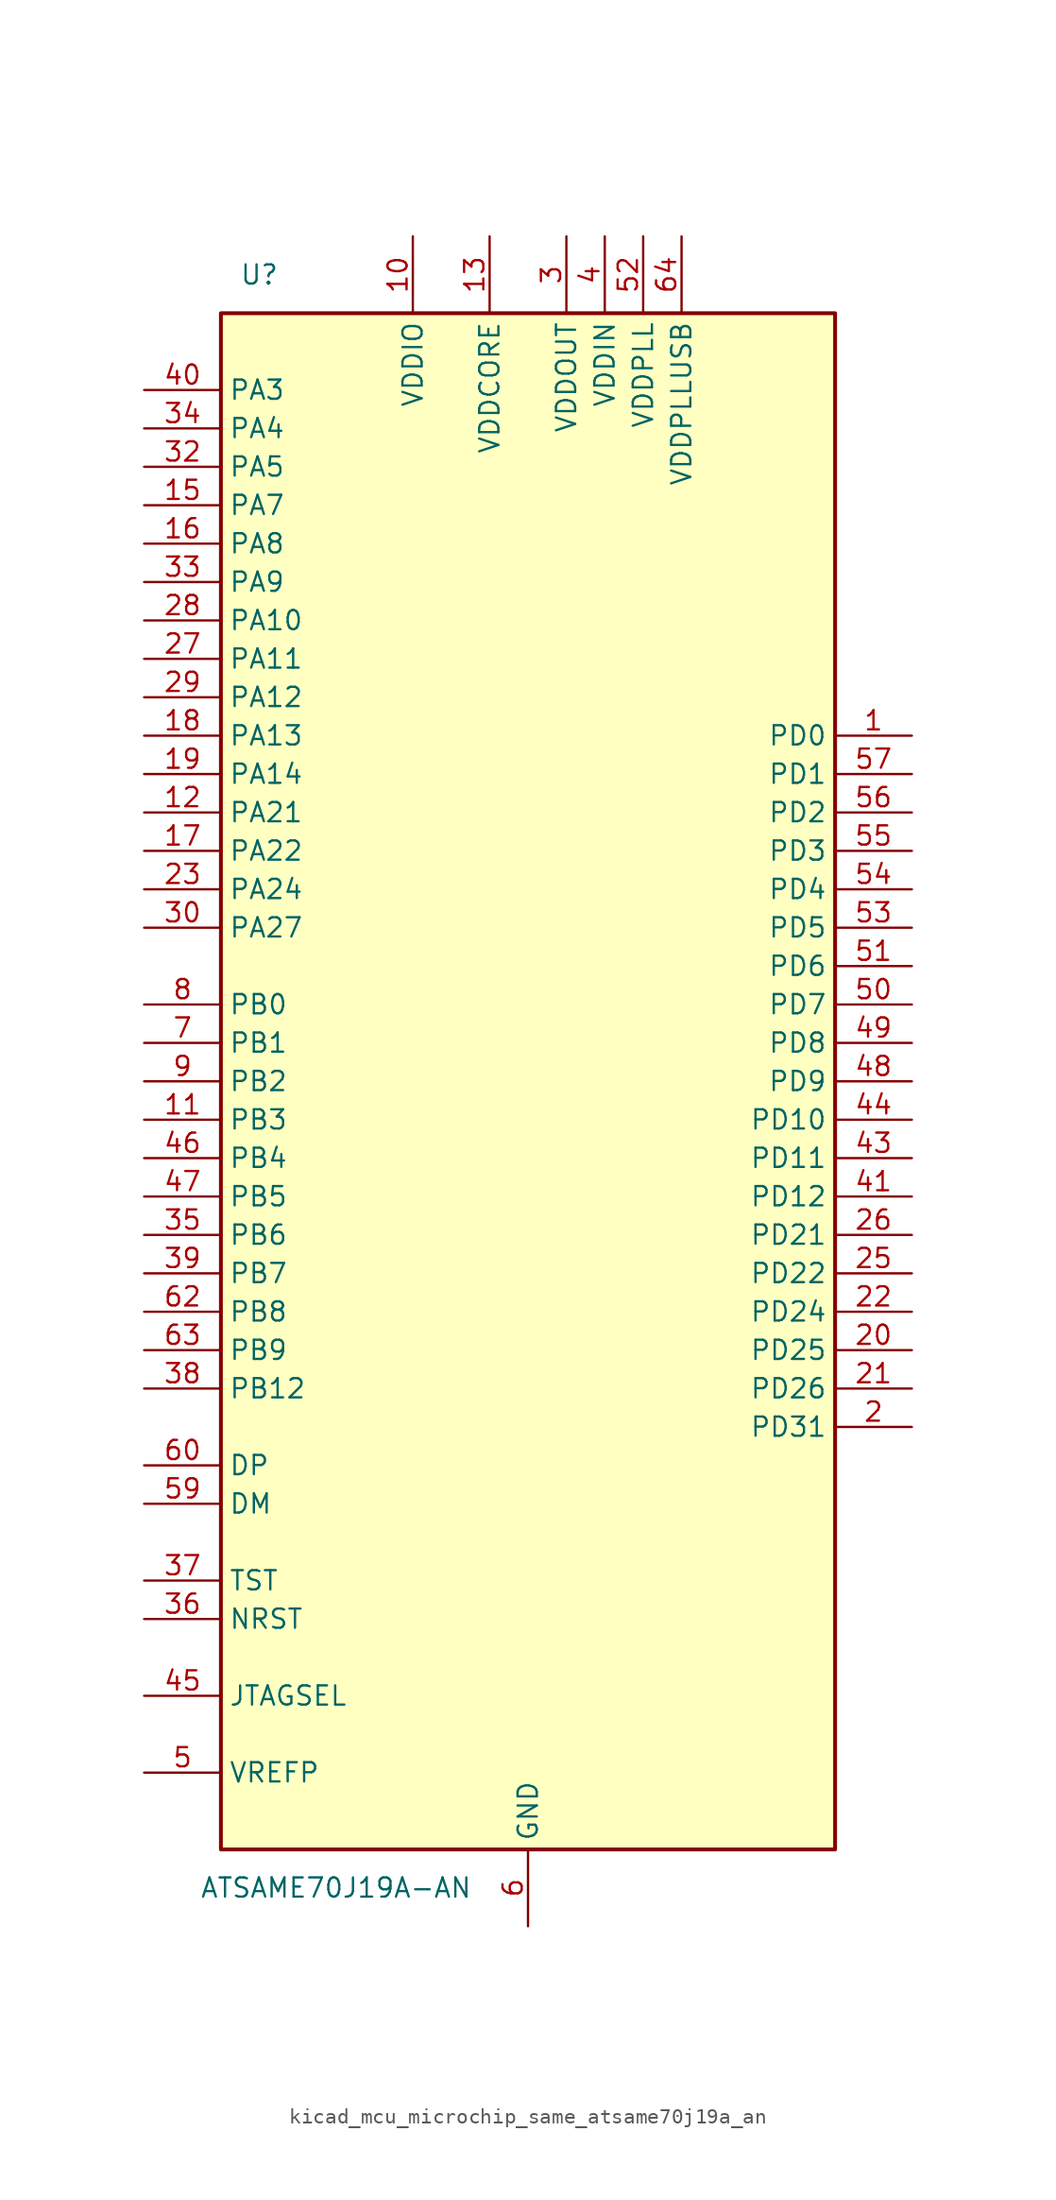
<source format=kicad_sym>
(kicad_symbol_lib
  (version 20220914)
  (generator kicad_symbol_editor)
  (symbol "kicad_mcu_microchip_same_atsame70j19a_an"
    (property "Reference" "U"
      (at -17.78 53.34 0)
      (effects (font (size 1.27 1.27))))
    (property "Value" "ATSAME70J19A-AN"
      (at -12.7 -53.34 0)
      (effects (font (size 1.27 1.27))))
    (symbol "kicad_mcu_microchip_same_atsame70j19a_an_0_1"
      (rectangle (start -20.32 50.8) (end 20.32 -50.8) (stroke (width 0.254) (type default)) (fill (type background))))
    (symbol "kicad_mcu_microchip_same_atsame70j19a_an_1_0"
      (pin power_in line (at 10.16 55.88 270) (length 5.08) (name "VDDPLLUSB" (effects (font (size 1.27 1.27)))) (number "64" (effects (font (size 1.27 1.27))))))
    (symbol "kicad_mcu_microchip_same_atsame70j19a_an_1_1"
      (pin bidirectional line (at 25.4 22.86 180) (length 5.08) (name "PD0" (effects (font (size 1.27 1.27)))) (number "1" (effects (font (size 1.27 1.27)))))
      (pin power_in line (at -7.62 55.88 270) (length 5.08) (name "VDDIO" (effects (font (size 1.27 1.27)))) (number "10" (effects (font (size 1.27 1.27)))))
      (pin bidirectional line (at -25.4 -2.54 0) (length 5.08) (name "PB3" (effects (font (size 1.27 1.27)))) (number "11" (effects (font (size 1.27 1.27)))))
      (pin bidirectional line (at -25.4 17.78 0) (length 5.08) (name "PA21" (effects (font (size 1.27 1.27)))) (number "12" (effects (font (size 1.27 1.27)))))
      (pin power_in line (at -2.54 55.88 270) (length 5.08) (name "VDDCORE" (effects (font (size 1.27 1.27)))) (number "13" (effects (font (size 1.27 1.27)))))
      (pin passive line (at 0 -55.88 90) (length 5.08) hide (name "GND" (effects (font (size 1.27 1.27)))) (number "14" (effects (font (size 1.27 1.27)))))
      (pin bidirectional line (at -25.4 38.1 0) (length 5.08) (name "PA7" (effects (font (size 1.27 1.27)))) (number "15" (effects (font (size 1.27 1.27)))))
      (pin bidirectional line (at -25.4 35.56 0) (length 5.08) (name "PA8" (effects (font (size 1.27 1.27)))) (number "16" (effects (font (size 1.27 1.27)))))
      (pin bidirectional line (at -25.4 15.24 0) (length 5.08) (name "PA22" (effects (font (size 1.27 1.27)))) (number "17" (effects (font (size 1.27 1.27)))))
      (pin bidirectional line (at -25.4 22.86 0) (length 5.08) (name "PA13" (effects (font (size 1.27 1.27)))) (number "18" (effects (font (size 1.27 1.27)))))
      (pin bidirectional line (at -25.4 20.32 0) (length 5.08) (name "PA14" (effects (font (size 1.27 1.27)))) (number "19" (effects (font (size 1.27 1.27)))))
      (pin bidirectional line (at 25.4 -22.86 180) (length 5.08) (name "PD31" (effects (font (size 1.27 1.27)))) (number "2" (effects (font (size 1.27 1.27)))))
      (pin bidirectional line (at 25.4 -17.78 180) (length 5.08) (name "PD25" (effects (font (size 1.27 1.27)))) (number "20" (effects (font (size 1.27 1.27)))))
      (pin bidirectional line (at 25.4 -20.32 180) (length 5.08) (name "PD26" (effects (font (size 1.27 1.27)))) (number "21" (effects (font (size 1.27 1.27)))))
      (pin bidirectional line (at 25.4 -15.24 180) (length 5.08) (name "PD24" (effects (font (size 1.27 1.27)))) (number "22" (effects (font (size 1.27 1.27)))))
      (pin bidirectional line (at -25.4 12.7 0) (length 5.08) (name "PA24" (effects (font (size 1.27 1.27)))) (number "23" (effects (font (size 1.27 1.27)))))
      (pin passive line (at -2.54 55.88 270) (length 5.08) hide (name "VDDCORE" (effects (font (size 1.27 1.27)))) (number "24" (effects (font (size 1.27 1.27)))))
      (pin bidirectional line (at 25.4 -12.7 180) (length 5.08) (name "PD22" (effects (font (size 1.27 1.27)))) (number "25" (effects (font (size 1.27 1.27)))))
      (pin bidirectional line (at 25.4 -10.16 180) (length 5.08) (name "PD21" (effects (font (size 1.27 1.27)))) (number "26" (effects (font (size 1.27 1.27)))))
      (pin bidirectional line (at -25.4 27.94 0) (length 5.08) (name "PA11" (effects (font (size 1.27 1.27)))) (number "27" (effects (font (size 1.27 1.27)))))
      (pin bidirectional line (at -25.4 30.48 0) (length 5.08) (name "PA10" (effects (font (size 1.27 1.27)))) (number "28" (effects (font (size 1.27 1.27)))))
      (pin bidirectional line (at -25.4 25.4 0) (length 5.08) (name "PA12" (effects (font (size 1.27 1.27)))) (number "29" (effects (font (size 1.27 1.27)))))
      (pin power_in line (at 2.54 55.88 270) (length 5.08) (name "VDDOUT" (effects (font (size 1.27 1.27)))) (number "3" (effects (font (size 1.27 1.27)))))
      (pin bidirectional line (at -25.4 10.16 0) (length 5.08) (name "PA27" (effects (font (size 1.27 1.27)))) (number "30" (effects (font (size 1.27 1.27)))))
      (pin passive line (at 0 -55.88 90) (length 5.08) hide (name "GND" (effects (font (size 1.27 1.27)))) (number "31" (effects (font (size 1.27 1.27)))))
      (pin bidirectional line (at -25.4 40.64 0) (length 5.08) (name "PA5" (effects (font (size 1.27 1.27)))) (number "32" (effects (font (size 1.27 1.27)))))
      (pin bidirectional line (at -25.4 33.02 0) (length 5.08) (name "PA9" (effects (font (size 1.27 1.27)))) (number "33" (effects (font (size 1.27 1.27)))))
      (pin bidirectional line (at -25.4 43.18 0) (length 5.08) (name "PA4" (effects (font (size 1.27 1.27)))) (number "34" (effects (font (size 1.27 1.27)))))
      (pin bidirectional line (at -25.4 -10.16 0) (length 5.08) (name "PB6" (effects (font (size 1.27 1.27)))) (number "35" (effects (font (size 1.27 1.27)))))
      (pin bidirectional line (at -25.4 -35.56 0) (length 5.08) (name "NRST" (effects (font (size 1.27 1.27)))) (number "36" (effects (font (size 1.27 1.27)))))
      (pin input line (at -25.4 -33.02 0) (length 5.08) (name "TST" (effects (font (size 1.27 1.27)))) (number "37" (effects (font (size 1.27 1.27)))))
      (pin bidirectional line (at -25.4 -20.32 0) (length 5.08) (name "PB12" (effects (font (size 1.27 1.27)))) (number "38" (effects (font (size 1.27 1.27)))))
      (pin bidirectional line (at -25.4 -12.7 0) (length 5.08) (name "PB7" (effects (font (size 1.27 1.27)))) (number "39" (effects (font (size 1.27 1.27)))))
      (pin power_in line (at 5.08 55.88 270) (length 5.08) (name "VDDIN" (effects (font (size 1.27 1.27)))) (number "4" (effects (font (size 1.27 1.27)))))
      (pin bidirectional line (at -25.4 45.72 0) (length 5.08) (name "PA3" (effects (font (size 1.27 1.27)))) (number "40" (effects (font (size 1.27 1.27)))))
      (pin bidirectional line (at 25.4 -7.62 180) (length 5.08) (name "PD12" (effects (font (size 1.27 1.27)))) (number "41" (effects (font (size 1.27 1.27)))))
      (pin passive line (at -7.62 55.88 270) (length 5.08) hide (name "VDDIO" (effects (font (size 1.27 1.27)))) (number "42" (effects (font (size 1.27 1.27)))))
      (pin bidirectional line (at 25.4 -5.08 180) (length 5.08) (name "PD11" (effects (font (size 1.27 1.27)))) (number "43" (effects (font (size 1.27 1.27)))))
      (pin bidirectional line (at 25.4 -2.54 180) (length 5.08) (name "PD10" (effects (font (size 1.27 1.27)))) (number "44" (effects (font (size 1.27 1.27)))))
      (pin input line (at -25.4 -40.64 0) (length 5.08) (name "JTAGSEL" (effects (font (size 1.27 1.27)))) (number "45" (effects (font (size 1.27 1.27)))))
      (pin bidirectional line (at -25.4 -5.08 0) (length 5.08) (name "PB4" (effects (font (size 1.27 1.27)))) (number "46" (effects (font (size 1.27 1.27)))))
      (pin bidirectional line (at -25.4 -7.62 0) (length 5.08) (name "PB5" (effects (font (size 1.27 1.27)))) (number "47" (effects (font (size 1.27 1.27)))))
      (pin bidirectional line (at 25.4 0 180) (length 5.08) (name "PD9" (effects (font (size 1.27 1.27)))) (number "48" (effects (font (size 1.27 1.27)))))
      (pin bidirectional line (at 25.4 2.54 180) (length 5.08) (name "PD8" (effects (font (size 1.27 1.27)))) (number "49" (effects (font (size 1.27 1.27)))))
      (pin input line (at -25.4 -45.72 0) (length 5.08) (name "VREFP" (effects (font (size 1.27 1.27)))) (number "5" (effects (font (size 1.27 1.27)))))
      (pin bidirectional line (at 25.4 5.08 180) (length 5.08) (name "PD7" (effects (font (size 1.27 1.27)))) (number "50" (effects (font (size 1.27 1.27)))))
      (pin bidirectional line (at 25.4 7.62 180) (length 5.08) (name "PD6" (effects (font (size 1.27 1.27)))) (number "51" (effects (font (size 1.27 1.27)))))
      (pin power_in line (at 7.62 55.88 270) (length 5.08) (name "VDDPLL" (effects (font (size 1.27 1.27)))) (number "52" (effects (font (size 1.27 1.27)))))
      (pin bidirectional line (at 25.4 10.16 180) (length 5.08) (name "PD5" (effects (font (size 1.27 1.27)))) (number "53" (effects (font (size 1.27 1.27)))))
      (pin bidirectional line (at 25.4 12.7 180) (length 5.08) (name "PD4" (effects (font (size 1.27 1.27)))) (number "54" (effects (font (size 1.27 1.27)))))
      (pin bidirectional line (at 25.4 15.24 180) (length 5.08) (name "PD3" (effects (font (size 1.27 1.27)))) (number "55" (effects (font (size 1.27 1.27)))))
      (pin bidirectional line (at 25.4 17.78 180) (length 5.08) (name "PD2" (effects (font (size 1.27 1.27)))) (number "56" (effects (font (size 1.27 1.27)))))
      (pin bidirectional line (at 25.4 20.32 180) (length 5.08) (name "PD1" (effects (font (size 1.27 1.27)))) (number "57" (effects (font (size 1.27 1.27)))))
      (pin passive line (at -7.62 55.88 270) (length 5.08) hide (name "VDDIO" (effects (font (size 1.27 1.27)))) (number "58" (effects (font (size 1.27 1.27)))))
      (pin bidirectional line (at -25.4 -27.94 0) (length 5.08) (name "DM" (effects (font (size 1.27 1.27)))) (number "59" (effects (font (size 1.27 1.27)))))
      (pin power_in line (at 0 -55.88 90) (length 5.08) (name "GND" (effects (font (size 1.27 1.27)))) (number "6" (effects (font (size 1.27 1.27)))))
      (pin bidirectional line (at -25.4 -25.4 0) (length 5.08) (name "DP" (effects (font (size 1.27 1.27)))) (number "60" (effects (font (size 1.27 1.27)))))
      (pin passive line (at -2.54 55.88 270) (length 5.08) hide (name "VDDCORE" (effects (font (size 1.27 1.27)))) (number "61" (effects (font (size 1.27 1.27)))))
      (pin bidirectional line (at -25.4 -15.24 0) (length 5.08) (name "PB8" (effects (font (size 1.27 1.27)))) (number "62" (effects (font (size 1.27 1.27)))))
      (pin bidirectional line (at -25.4 -17.78 0) (length 5.08) (name "PB9" (effects (font (size 1.27 1.27)))) (number "63" (effects (font (size 1.27 1.27)))))
      (pin bidirectional line (at -25.4 2.54 0) (length 5.08) (name "PB1" (effects (font (size 1.27 1.27)))) (number "7" (effects (font (size 1.27 1.27)))))
      (pin bidirectional line (at -25.4 5.08 0) (length 5.08) (name "PB0" (effects (font (size 1.27 1.27)))) (number "8" (effects (font (size 1.27 1.27)))))
      (pin bidirectional line (at -25.4 0 0) (length 5.08) (name "PB2" (effects (font (size 1.27 1.27)))) (number "9" (effects (font (size 1.27 1.27))))))))
</source>
